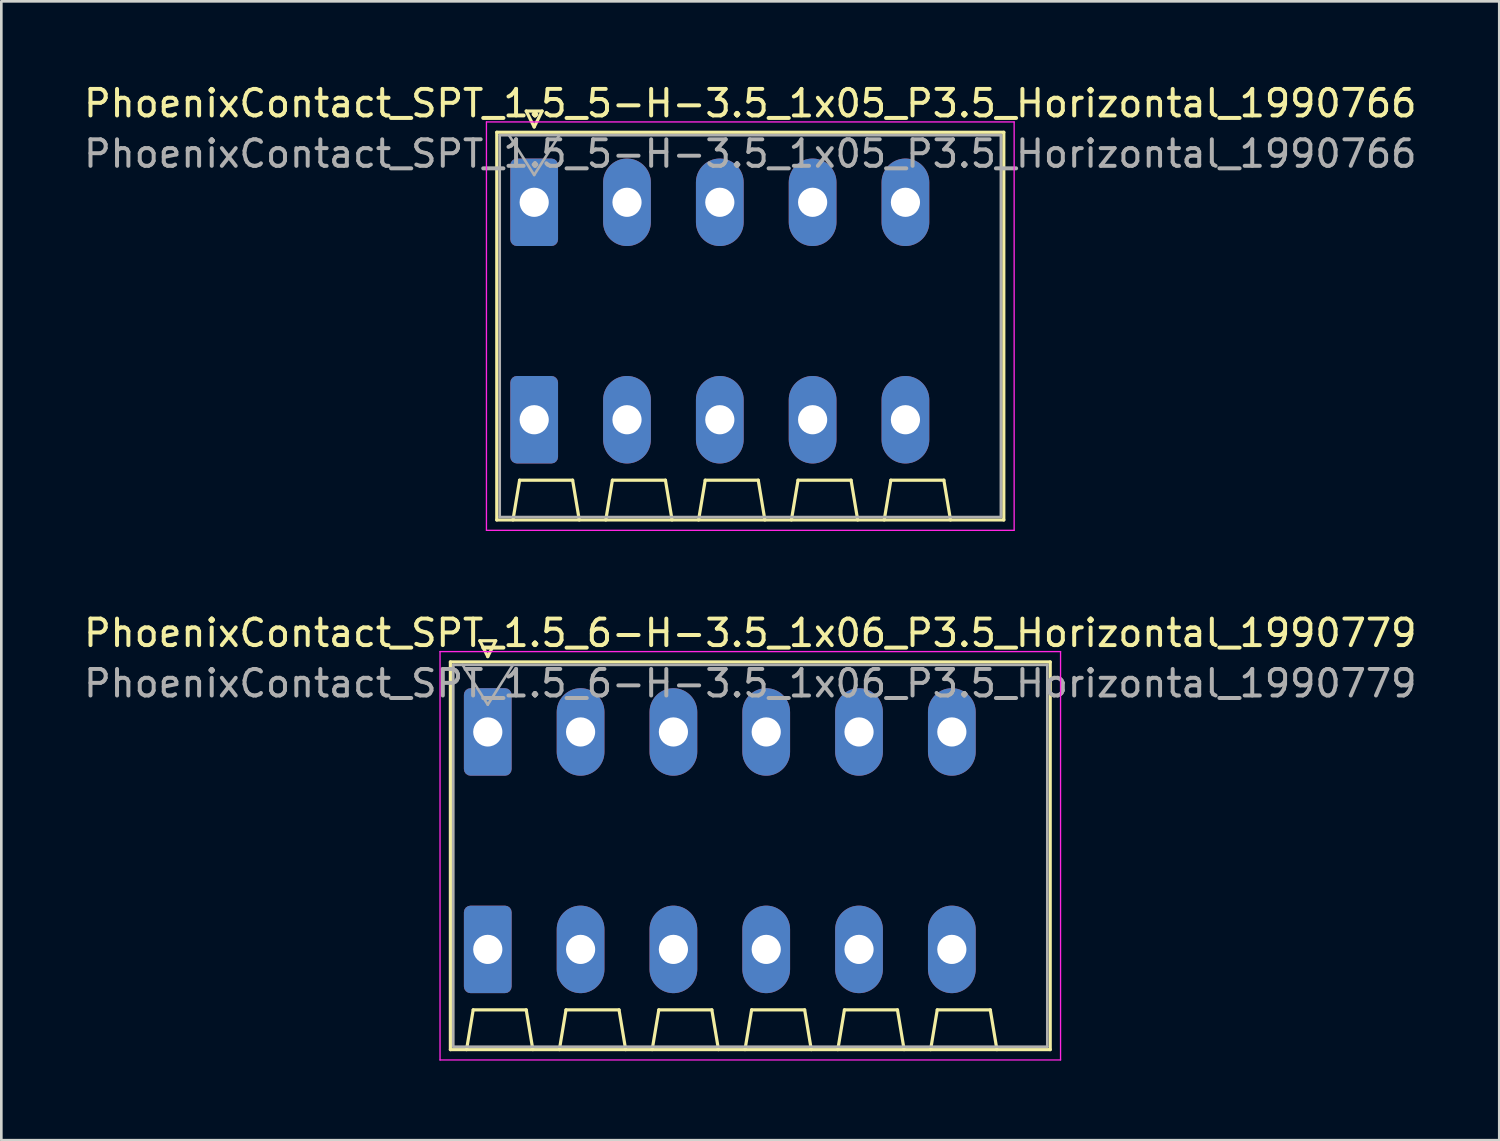
<source format=kicad_pcb>
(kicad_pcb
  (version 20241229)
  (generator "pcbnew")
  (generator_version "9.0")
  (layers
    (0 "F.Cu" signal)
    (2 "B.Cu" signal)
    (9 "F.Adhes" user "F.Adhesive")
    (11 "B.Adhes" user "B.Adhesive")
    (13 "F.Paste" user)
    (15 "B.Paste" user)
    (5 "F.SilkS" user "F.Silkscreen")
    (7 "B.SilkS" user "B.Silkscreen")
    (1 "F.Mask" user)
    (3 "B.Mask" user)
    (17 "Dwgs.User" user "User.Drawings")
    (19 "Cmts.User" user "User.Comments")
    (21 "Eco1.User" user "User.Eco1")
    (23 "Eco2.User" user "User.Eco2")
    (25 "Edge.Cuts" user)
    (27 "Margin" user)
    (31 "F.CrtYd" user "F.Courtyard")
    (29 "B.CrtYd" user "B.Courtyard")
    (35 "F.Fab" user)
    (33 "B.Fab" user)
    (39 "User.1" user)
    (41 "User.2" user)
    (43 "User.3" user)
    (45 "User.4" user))
  (footprint "PhoenixContact_SPT_1.5_5-H-3.5_1x05_P3.5_Horizontal_1990766"
    (layer "F.Cu")
    (at 17.094 4.578)
    (property "Reference" "PhoenixContact_SPT_1.5_5-H-3.5_1x05_P3.5_Horizontal_1990766" (at 8.15 -3.73 0) (layer "F.SilkS") (effects (font (size 1 1) (thickness 0.15))))
    (attr through_hole)
    (fp_line (start -1.41 -2.64) (end 17.71 -2.64) (stroke (width 0.12) (type solid)) (layer "F.SilkS"))
    (fp_line (start -1.41 11.98) (end -1.41 -2.64) (stroke (width 0.12) (type solid)) (layer "F.SilkS"))
    (fp_line (start -0.8 11.98) (end -0.55 10.48) (stroke (width 0.12) (type solid)) (layer "F.SilkS"))
    (fp_line (start -0.55 10.48) (end 1.45 10.48) (stroke (width 0.12) (type solid)) (layer "F.SilkS"))
    (fp_line (start -0.3 -3.44) (end 0 -2.84) (stroke (width 0.12) (type solid)) (layer "F.SilkS"))
    (fp_line (start -0.3 -3.44) (end 0.3 -3.44) (stroke (width 0.12) (type solid)) (layer "F.SilkS"))
    (fp_line (start 0.3 -3.44) (end 0 -2.84) (stroke (width 0.12) (type solid)) (layer "F.SilkS"))
    (fp_line (start 1.7 11.98) (end 1.45 10.48) (stroke (width 0.12) (type solid)) (layer "F.SilkS"))
    (fp_line (start 2.7 11.98) (end 2.95 10.48) (stroke (width 0.12) (type solid)) (layer "F.SilkS"))
    (fp_line (start 2.95 10.48) (end 4.95 10.48) (stroke (width 0.12) (type solid)) (layer "F.SilkS"))
    (fp_line (start 5.2 11.98) (end 4.95 10.48) (stroke (width 0.12) (type solid)) (layer "F.SilkS"))
    (fp_line (start 6.2 11.98) (end 6.45 10.48) (stroke (width 0.12) (type solid)) (layer "F.SilkS"))
    (fp_line (start 6.45 10.48) (end 8.45 10.48) (stroke (width 0.12) (type solid)) (layer "F.SilkS"))
    (fp_line (start 8.7 11.98) (end 8.45 10.48) (stroke (width 0.12) (type solid)) (layer "F.SilkS"))
    (fp_line (start 9.7 11.98) (end 9.95 10.48) (stroke (width 0.12) (type solid)) (layer "F.SilkS"))
    (fp_line (start 9.95 10.48) (end 11.95 10.48) (stroke (width 0.12) (type solid)) (layer "F.SilkS"))
    (fp_line (start 12.2 11.98) (end 11.95 10.48) (stroke (width 0.12) (type solid)) (layer "F.SilkS"))
    (fp_line (start 13.2 11.98) (end 13.45 10.48) (stroke (width 0.12) (type solid)) (layer "F.SilkS"))
    (fp_line (start 13.45 10.48) (end 15.45 10.48) (stroke (width 0.12) (type solid)) (layer "F.SilkS"))
    (fp_line (start 15.7 11.98) (end 15.45 10.48) (stroke (width 0.12) (type solid)) (layer "F.SilkS"))
    (fp_line (start 17.71 -2.64) (end 17.71 11.98) (stroke (width 0.12) (type solid)) (layer "F.SilkS"))
    (fp_line (start 17.71 11.98) (end -1.41 11.98) (stroke (width 0.12) (type solid)) (layer "F.SilkS"))
    (fp_line (start -1.8 -3.03) (end -1.8 12.37) (stroke (width 0.05) (type solid)) (layer "F.CrtYd"))
    (fp_line (start -1.8 12.37) (end 18.1 12.37) (stroke (width 0.05) (type solid)) (layer "F.CrtYd"))
    (fp_line (start 18.1 -3.03) (end -1.8 -3.03) (stroke (width 0.05) (type solid)) (layer "F.CrtYd"))
    (fp_line (start 18.1 12.37) (end 18.1 -3.03) (stroke (width 0.05) (type solid)) (layer "F.CrtYd"))
    (fp_line (start -1.3 -2.53) (end -1.3 11.87) (stroke (width 0.1) (type solid)) (layer "F.Fab"))
    (fp_line (start -1.3 11.87) (end 17.6 11.87) (stroke (width 0.1) (type solid)) (layer "F.Fab"))
    (fp_line (start -0.95 -2.53) (end 0 -1.03) (stroke (width 0.1) (type solid)) (layer "F.Fab"))
    (fp_line (start 0.95 -2.53) (end 0 -1.03) (stroke (width 0.1) (type solid)) (layer "F.Fab"))
    (fp_line (start 17.6 -2.53) (end -1.3 -2.53) (stroke (width 0.1) (type solid)) (layer "F.Fab"))
    (fp_line (start 17.6 11.87) (end 17.6 -2.53) (stroke (width 0.1) (type solid)) (layer "F.Fab"))
    (fp_text user "${REFERENCE}" (at 8.15 -1.83 0) (layer "F.Fab") (effects (font (size 1 1) (thickness 0.15))))
    (pad "1" thru_hole roundrect (at 0 0) (size 1.8 3.3) (drill 1.1) (layers "*.Cu" "*.Mask") (roundrect_rratio 0.139))
    (pad "1" thru_hole roundrect (at 0 8.2) (size 1.8 3.3) (drill 1.1) (layers "*.Cu" "*.Mask") (roundrect_rratio 0.139))
    (pad "2" thru_hole oval (at 3.5 0) (size 1.8 3.3) (drill 1.1) (layers "*.Cu" "*.Mask"))
    (pad "2" thru_hole oval (at 3.5 8.2) (size 1.8 3.3) (drill 1.1) (layers "*.Cu" "*.Mask"))
    (pad "3" thru_hole oval (at 7 0) (size 1.8 3.3) (drill 1.1) (layers "*.Cu" "*.Mask"))
    (pad "3" thru_hole oval (at 7 8.2) (size 1.8 3.3) (drill 1.1) (layers "*.Cu" "*.Mask"))
    (pad "4" thru_hole oval (at 10.5 0) (size 1.8 3.3) (drill 1.1) (layers "*.Cu" "*.Mask"))
    (pad "4" thru_hole oval (at 10.5 8.2) (size 1.8 3.3) (drill 1.1) (layers "*.Cu" "*.Mask"))
    (pad "5" thru_hole oval (at 14 0) (size 1.8 3.3) (drill 1.1) (layers "*.Cu" "*.Mask"))
    (pad "5" thru_hole oval (at 14 8.2) (size 1.8 3.3) (drill 1.1) (layers "*.Cu" "*.Mask")))
  (footprint "PhoenixContact_SPT_1.5_6-H-3.5_1x06_P3.5_Horizontal_1990779"
    (layer "F.Cu")
    (at 15.344 24.552)
    (property "Reference" "PhoenixContact_SPT_1.5_6-H-3.5_1x06_P3.5_Horizontal_1990779" (at 9.9 -3.73 0) (layer "F.SilkS") (effects (font (size 1 1) (thickness 0.15))))
    (attr through_hole)
    (fp_line (start -1.41 -2.64) (end 21.21 -2.64) (stroke (width 0.12) (type solid)) (layer "F.SilkS"))
    (fp_line (start -1.41 11.98) (end -1.41 -2.64) (stroke (width 0.12) (type solid)) (layer "F.SilkS"))
    (fp_line (start -0.8 11.98) (end -0.55 10.48) (stroke (width 0.12) (type solid)) (layer "F.SilkS"))
    (fp_line (start -0.55 10.48) (end 1.45 10.48) (stroke (width 0.12) (type solid)) (layer "F.SilkS"))
    (fp_line (start -0.3 -3.44) (end 0 -2.84) (stroke (width 0.12) (type solid)) (layer "F.SilkS"))
    (fp_line (start -0.3 -3.44) (end 0.3 -3.44) (stroke (width 0.12) (type solid)) (layer "F.SilkS"))
    (fp_line (start 0.3 -3.44) (end 0 -2.84) (stroke (width 0.12) (type solid)) (layer "F.SilkS"))
    (fp_line (start 1.7 11.98) (end 1.45 10.48) (stroke (width 0.12) (type solid)) (layer "F.SilkS"))
    (fp_line (start 2.7 11.98) (end 2.95 10.48) (stroke (width 0.12) (type solid)) (layer "F.SilkS"))
    (fp_line (start 2.95 10.48) (end 4.95 10.48) (stroke (width 0.12) (type solid)) (layer "F.SilkS"))
    (fp_line (start 5.2 11.98) (end 4.95 10.48) (stroke (width 0.12) (type solid)) (layer "F.SilkS"))
    (fp_line (start 6.2 11.98) (end 6.45 10.48) (stroke (width 0.12) (type solid)) (layer "F.SilkS"))
    (fp_line (start 6.45 10.48) (end 8.45 10.48) (stroke (width 0.12) (type solid)) (layer "F.SilkS"))
    (fp_line (start 8.7 11.98) (end 8.45 10.48) (stroke (width 0.12) (type solid)) (layer "F.SilkS"))
    (fp_line (start 9.7 11.98) (end 9.95 10.48) (stroke (width 0.12) (type solid)) (layer "F.SilkS"))
    (fp_line (start 9.95 10.48) (end 11.95 10.48) (stroke (width 0.12) (type solid)) (layer "F.SilkS"))
    (fp_line (start 12.2 11.98) (end 11.95 10.48) (stroke (width 0.12) (type solid)) (layer "F.SilkS"))
    (fp_line (start 13.2 11.98) (end 13.45 10.48) (stroke (width 0.12) (type solid)) (layer "F.SilkS"))
    (fp_line (start 13.45 10.48) (end 15.45 10.48) (stroke (width 0.12) (type solid)) (layer "F.SilkS"))
    (fp_line (start 15.7 11.98) (end 15.45 10.48) (stroke (width 0.12) (type solid)) (layer "F.SilkS"))
    (fp_line (start 16.7 11.98) (end 16.95 10.48) (stroke (width 0.12) (type solid)) (layer "F.SilkS"))
    (fp_line (start 16.95 10.48) (end 18.95 10.48) (stroke (width 0.12) (type solid)) (layer "F.SilkS"))
    (fp_line (start 19.2 11.98) (end 18.95 10.48) (stroke (width 0.12) (type solid)) (layer "F.SilkS"))
    (fp_line (start 21.21 -2.64) (end 21.21 11.98) (stroke (width 0.12) (type solid)) (layer "F.SilkS"))
    (fp_line (start 21.21 11.98) (end -1.41 11.98) (stroke (width 0.12) (type solid)) (layer "F.SilkS"))
    (fp_line (start -1.8 -3.03) (end -1.8 12.37) (stroke (width 0.05) (type solid)) (layer "F.CrtYd"))
    (fp_line (start -1.8 12.37) (end 21.6 12.37) (stroke (width 0.05) (type solid)) (layer "F.CrtYd"))
    (fp_line (start 21.6 -3.03) (end -1.8 -3.03) (stroke (width 0.05) (type solid)) (layer "F.CrtYd"))
    (fp_line (start 21.6 12.37) (end 21.6 -3.03) (stroke (width 0.05) (type solid)) (layer "F.CrtYd"))
    (fp_line (start -1.3 -2.53) (end -1.3 11.87) (stroke (width 0.1) (type solid)) (layer "F.Fab"))
    (fp_line (start -1.3 11.87) (end 21.1 11.87) (stroke (width 0.1) (type solid)) (layer "F.Fab"))
    (fp_line (start -0.95 -2.53) (end 0 -1.03) (stroke (width 0.1) (type solid)) (layer "F.Fab"))
    (fp_line (start 0.95 -2.53) (end 0 -1.03) (stroke (width 0.1) (type solid)) (layer "F.Fab"))
    (fp_line (start 21.1 -2.53) (end -1.3 -2.53) (stroke (width 0.1) (type solid)) (layer "F.Fab"))
    (fp_line (start 21.1 11.87) (end 21.1 -2.53) (stroke (width 0.1) (type solid)) (layer "F.Fab"))
    (fp_text user "${REFERENCE}" (at 9.9 -1.83 0) (layer "F.Fab") (effects (font (size 1 1) (thickness 0.15))))
    (pad "1" thru_hole roundrect (at 0 0) (size 1.8 3.3) (drill 1.1) (layers "*.Cu" "*.Mask") (roundrect_rratio 0.139))
    (pad "1" thru_hole roundrect (at 0 8.2) (size 1.8 3.3) (drill 1.1) (layers "*.Cu" "*.Mask") (roundrect_rratio 0.139))
    (pad "2" thru_hole oval (at 3.5 0) (size 1.8 3.3) (drill 1.1) (layers "*.Cu" "*.Mask"))
    (pad "2" thru_hole oval (at 3.5 8.2) (size 1.8 3.3) (drill 1.1) (layers "*.Cu" "*.Mask"))
    (pad "3" thru_hole oval (at 7 0) (size 1.8 3.3) (drill 1.1) (layers "*.Cu" "*.Mask"))
    (pad "3" thru_hole oval (at 7 8.2) (size 1.8 3.3) (drill 1.1) (layers "*.Cu" "*.Mask"))
    (pad "4" thru_hole oval (at 10.5 0) (size 1.8 3.3) (drill 1.1) (layers "*.Cu" "*.Mask"))
    (pad "4" thru_hole oval (at 10.5 8.2) (size 1.8 3.3) (drill 1.1) (layers "*.Cu" "*.Mask"))
    (pad "5" thru_hole oval (at 14 0) (size 1.8 3.3) (drill 1.1) (layers "*.Cu" "*.Mask"))
    (pad "5" thru_hole oval (at 14 8.2) (size 1.8 3.3) (drill 1.1) (layers "*.Cu" "*.Mask"))
    (pad "6" thru_hole oval (at 17.5 0) (size 1.8 3.3) (drill 1.1) (layers "*.Cu" "*.Mask"))
    (pad "6" thru_hole oval (at 17.5 8.2) (size 1.8 3.3) (drill 1.1) (layers "*.Cu" "*.Mask")))
  (gr_rect
    (start -3 -3)
    (end 53.488 39.947)
    (stroke (width 0.1) (type default))
    (fill no)
    (layer "Edge.Cuts")))
</source>
